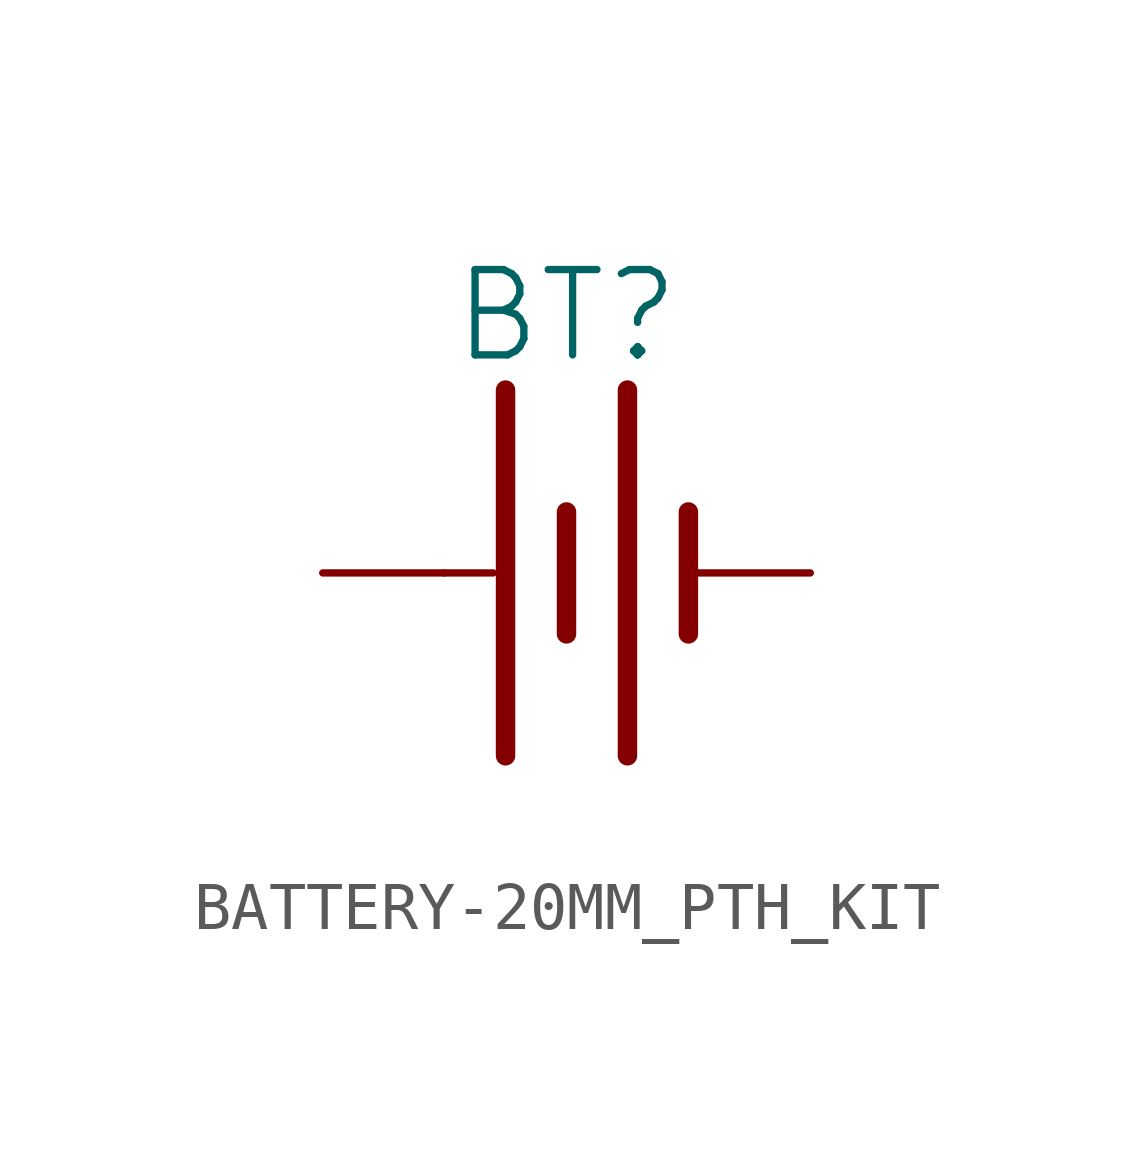
<source format=kicad_sym>
(kicad_symbol_lib
  (version 20231120)
  (generator "kicad_symbol_editor")
  (generator_version "8.0")
  (symbol "BATTERY-20MM_PTH_KIT"
    (property "Reference" "BT"
      (at 0 4.318 0)
      (effects (font (size 1.778 1.778)) (justify bottom)))
    (property "Value" ""
      (at 0 -4.318 0)
      (effects (font (size 1.778 1.778)) (justify top)))
    (property "ki_locked" ""
      (at 0 0 0)
      (effects (font (size 1.27 1.27))))
    (symbol "BATTERY-20MM_PTH_KIT_1_0"
      (polyline (pts (xy -2.54 0) (xy -1.524 0)) (stroke (width 0.152) (type solid)) (fill (type none)))
      (polyline (pts (xy -1.27 3.81) (xy -1.27 -3.81)) (stroke (width 0.406) (type solid)) (fill (type none)))
      (polyline (pts (xy 0 1.27) (xy 0 -1.27)) (stroke (width 0.406) (type solid)) (fill (type none)))
      (polyline (pts (xy 1.27 3.81) (xy 1.27 -3.81)) (stroke (width 0.406) (type solid)) (fill (type none)))
      (polyline (pts (xy 2.54 1.27) (xy 2.54 -1.27)) (stroke (width 0.406) (type solid)) (fill (type none)))
      (pin power_in line (at -5.08 0 0) (length 2.54) (name "+" (effects (font (size 0 0)))) (number "1" (effects (font (size 0 0)))))
      (pin power_in line (at 5.08 0 180) (length 2.54) (name "-" (effects (font (size 0 0)))) (number "2" (effects (font (size 0 0))))))))
</source>
